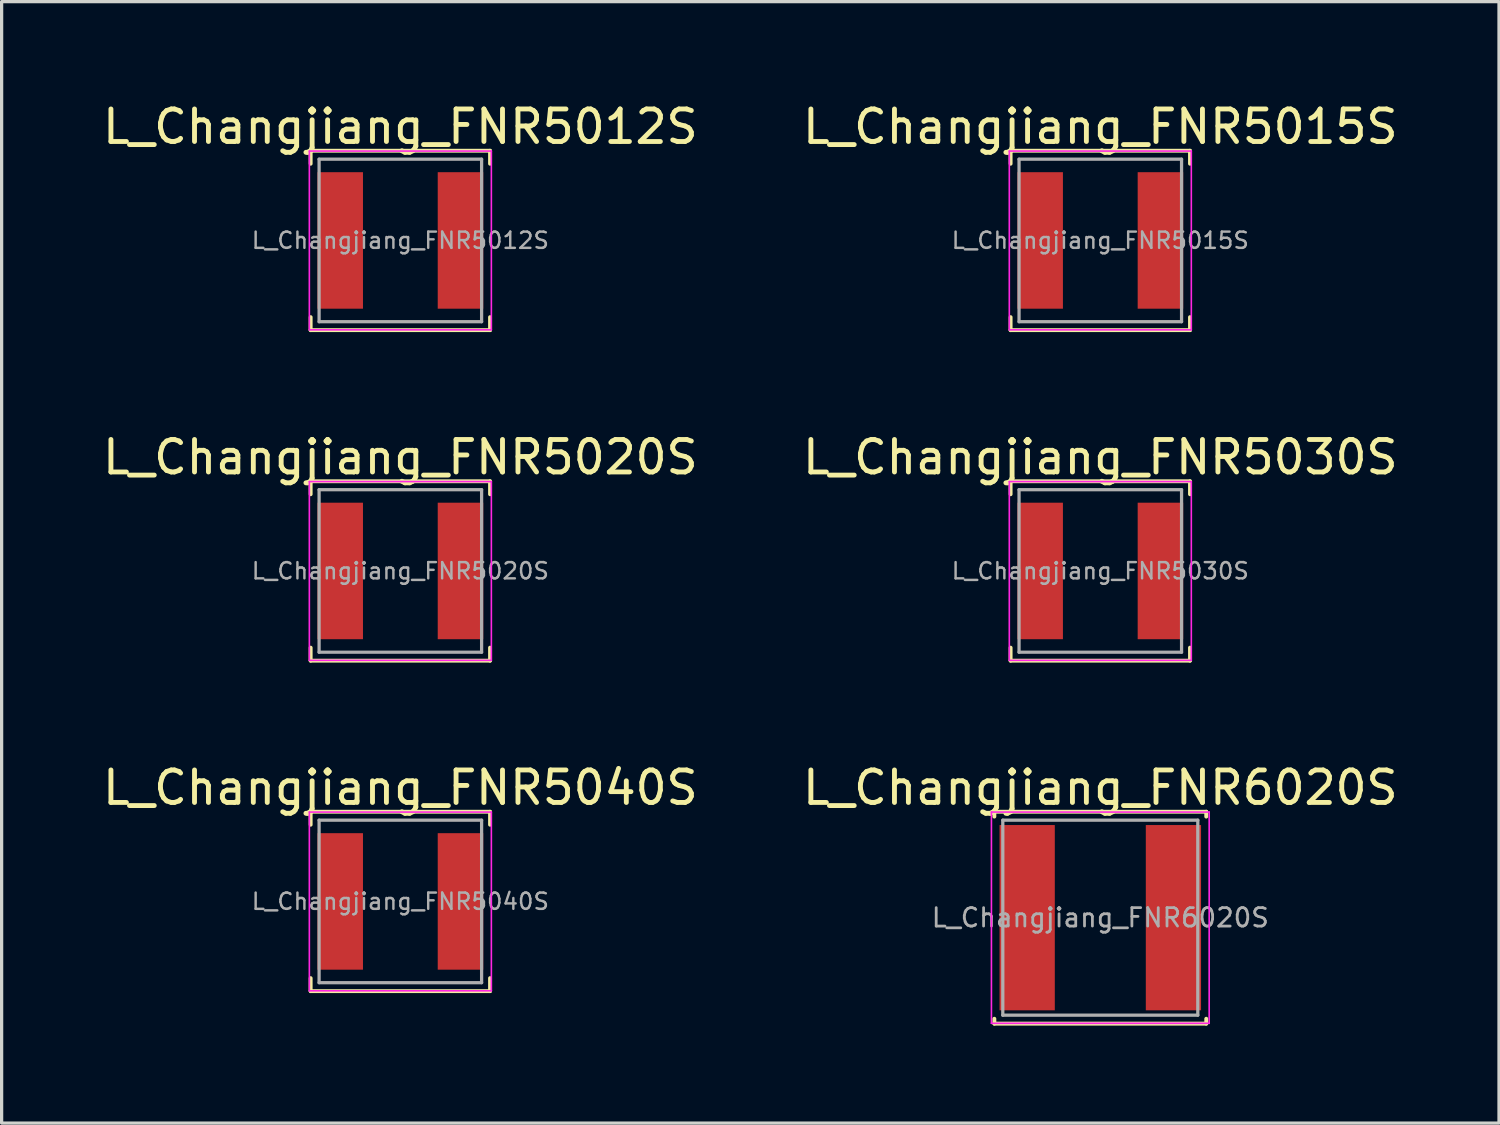
<source format=kicad_pcb>
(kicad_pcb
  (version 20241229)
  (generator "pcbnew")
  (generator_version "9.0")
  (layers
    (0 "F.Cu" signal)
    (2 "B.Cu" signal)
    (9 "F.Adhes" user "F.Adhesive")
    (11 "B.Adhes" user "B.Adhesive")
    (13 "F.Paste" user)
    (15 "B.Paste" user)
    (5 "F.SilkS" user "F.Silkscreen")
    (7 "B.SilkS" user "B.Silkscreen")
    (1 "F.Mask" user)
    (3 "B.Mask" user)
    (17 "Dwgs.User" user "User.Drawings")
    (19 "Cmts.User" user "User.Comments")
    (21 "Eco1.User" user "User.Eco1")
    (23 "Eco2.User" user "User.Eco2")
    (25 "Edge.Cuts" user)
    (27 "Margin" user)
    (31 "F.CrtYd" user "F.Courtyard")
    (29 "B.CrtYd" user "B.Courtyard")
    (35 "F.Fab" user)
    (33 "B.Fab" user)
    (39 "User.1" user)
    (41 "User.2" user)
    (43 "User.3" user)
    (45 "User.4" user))
  (footprint "L_Changjiang_FNR5020S"
    (layer "F.Cu")
    (at 9.268 14.517)
    (property "Reference" "L_Changjiang_FNR5020S" (at 0 -3.5 0) (layer "F.SilkS") (effects (font (size 1 1) (thickness 0.15))))
    (attr smd)
    (fp_line (start -2.76 -2.76) (end -2.76 -2.36) (stroke (width 0.12) (type solid)) (layer "F.SilkS"))
    (fp_line (start -2.76 -2.76) (end 2.76 -2.76) (stroke (width 0.12) (type solid)) (layer "F.SilkS"))
    (fp_line (start -2.76 2.76) (end -2.76 2.36) (stroke (width 0.12) (type solid)) (layer "F.SilkS"))
    (fp_line (start -2.76 2.76) (end 2.76 2.76) (stroke (width 0.12) (type solid)) (layer "F.SilkS"))
    (fp_line (start 2.76 -2.76) (end 2.76 -2.36) (stroke (width 0.12) (type solid)) (layer "F.SilkS"))
    (fp_line (start 2.76 2.76) (end 2.76 2.36) (stroke (width 0.12) (type solid)) (layer "F.SilkS"))
    (fp_line (start -2.8 -2.75) (end -2.8 2.75) (stroke (width 0.05) (type solid)) (layer "F.CrtYd"))
    (fp_line (start -2.8 2.75) (end 2.8 2.75) (stroke (width 0.05) (type solid)) (layer "F.CrtYd"))
    (fp_line (start 2.8 -2.75) (end -2.8 -2.75) (stroke (width 0.05) (type solid)) (layer "F.CrtYd"))
    (fp_line (start 2.8 2.75) (end 2.8 -2.75) (stroke (width 0.05) (type solid)) (layer "F.CrtYd"))
    (fp_line (start -2.5 -2.5) (end -2.5 2.5) (stroke (width 0.1) (type solid)) (layer "F.Fab"))
    (fp_line (start -2.5 2.5) (end 2.5 2.5) (stroke (width 0.1) (type solid)) (layer "F.Fab"))
    (fp_line (start 2.5 -2.5) (end -2.5 -2.5) (stroke (width 0.1) (type solid)) (layer "F.Fab"))
    (fp_line (start 2.5 2.5) (end 2.5 -2.5) (stroke (width 0.1) (type solid)) (layer "F.Fab"))
    (fp_text user "${REFERENCE}" (at 0 0 0) (layer "F.Fab") (effects (font (size 0.5 0.5) (thickness 0.075))))
    (pad "1" smd rect (at -1.85 0) (size 1.4 4.2) (layers "F.Cu" "F.Mask" "F.Paste"))
    (pad "2" smd rect (at 1.85 0) (size 1.4 4.2) (layers "F.Cu" "F.Mask" "F.Paste")))
  (footprint "L_Changjiang_FNR5015S"
    (layer "F.Cu")
    (at 30.804 4.348)
    (property "Reference" "L_Changjiang_FNR5015S" (at 0 -3.5 0) (layer "F.SilkS") (effects (font (size 1 1) (thickness 0.15))))
    (attr smd)
    (fp_line (start -2.76 -2.76) (end -2.76 -2.36) (stroke (width 0.12) (type solid)) (layer "F.SilkS"))
    (fp_line (start -2.76 -2.76) (end 2.76 -2.76) (stroke (width 0.12) (type solid)) (layer "F.SilkS"))
    (fp_line (start -2.76 2.76) (end -2.76 2.36) (stroke (width 0.12) (type solid)) (layer "F.SilkS"))
    (fp_line (start -2.76 2.76) (end 2.76 2.76) (stroke (width 0.12) (type solid)) (layer "F.SilkS"))
    (fp_line (start 2.76 -2.76) (end 2.76 -2.36) (stroke (width 0.12) (type solid)) (layer "F.SilkS"))
    (fp_line (start 2.76 2.76) (end 2.76 2.36) (stroke (width 0.12) (type solid)) (layer "F.SilkS"))
    (fp_line (start -2.8 -2.75) (end -2.8 2.75) (stroke (width 0.05) (type solid)) (layer "F.CrtYd"))
    (fp_line (start -2.8 2.75) (end 2.8 2.75) (stroke (width 0.05) (type solid)) (layer "F.CrtYd"))
    (fp_line (start 2.8 -2.75) (end -2.8 -2.75) (stroke (width 0.05) (type solid)) (layer "F.CrtYd"))
    (fp_line (start 2.8 2.75) (end 2.8 -2.75) (stroke (width 0.05) (type solid)) (layer "F.CrtYd"))
    (fp_line (start -2.5 -2.5) (end -2.5 2.5) (stroke (width 0.1) (type solid)) (layer "F.Fab"))
    (fp_line (start -2.5 2.5) (end 2.5 2.5) (stroke (width 0.1) (type solid)) (layer "F.Fab"))
    (fp_line (start 2.5 -2.5) (end -2.5 -2.5) (stroke (width 0.1) (type solid)) (layer "F.Fab"))
    (fp_line (start 2.5 2.5) (end 2.5 -2.5) (stroke (width 0.1) (type solid)) (layer "F.Fab"))
    (fp_text user "${REFERENCE}" (at 0 0 0) (layer "F.Fab") (effects (font (size 0.5 0.5) (thickness 0.075))))
    (pad "1" smd rect (at -1.85 0) (size 1.4 4.2) (layers "F.Cu" "F.Mask" "F.Paste"))
    (pad "2" smd rect (at 1.85 0) (size 1.4 4.2) (layers "F.Cu" "F.Mask" "F.Paste")))
  (footprint "L_Changjiang_FNR5040S"
    (layer "F.Cu")
    (at 9.268 24.685)
    (property "Reference" "L_Changjiang_FNR5040S" (at 0 -3.5 0) (layer "F.SilkS") (effects (font (size 1 1) (thickness 0.15))))
    (attr smd)
    (fp_line (start -2.76 -2.76) (end -2.76 -2.36) (stroke (width 0.12) (type solid)) (layer "F.SilkS"))
    (fp_line (start -2.76 -2.76) (end 2.76 -2.76) (stroke (width 0.12) (type solid)) (layer "F.SilkS"))
    (fp_line (start -2.76 2.76) (end -2.76 2.36) (stroke (width 0.12) (type solid)) (layer "F.SilkS"))
    (fp_line (start -2.76 2.76) (end 2.76 2.76) (stroke (width 0.12) (type solid)) (layer "F.SilkS"))
    (fp_line (start 2.76 -2.76) (end 2.76 -2.36) (stroke (width 0.12) (type solid)) (layer "F.SilkS"))
    (fp_line (start 2.76 2.76) (end 2.76 2.36) (stroke (width 0.12) (type solid)) (layer "F.SilkS"))
    (fp_line (start -2.8 -2.75) (end -2.8 2.75) (stroke (width 0.05) (type solid)) (layer "F.CrtYd"))
    (fp_line (start -2.8 2.75) (end 2.8 2.75) (stroke (width 0.05) (type solid)) (layer "F.CrtYd"))
    (fp_line (start 2.8 -2.75) (end -2.8 -2.75) (stroke (width 0.05) (type solid)) (layer "F.CrtYd"))
    (fp_line (start 2.8 2.75) (end 2.8 -2.75) (stroke (width 0.05) (type solid)) (layer "F.CrtYd"))
    (fp_line (start -2.5 -2.5) (end -2.5 2.5) (stroke (width 0.1) (type solid)) (layer "F.Fab"))
    (fp_line (start -2.5 2.5) (end 2.5 2.5) (stroke (width 0.1) (type solid)) (layer "F.Fab"))
    (fp_line (start 2.5 -2.5) (end -2.5 -2.5) (stroke (width 0.1) (type solid)) (layer "F.Fab"))
    (fp_line (start 2.5 2.5) (end 2.5 -2.5) (stroke (width 0.1) (type solid)) (layer "F.Fab"))
    (fp_text user "${REFERENCE}" (at 0 0 0) (layer "F.Fab") (effects (font (size 0.5 0.5) (thickness 0.075))))
    (pad "1" smd rect (at -1.85 0) (size 1.4 4.2) (layers "F.Cu" "F.Mask" "F.Paste"))
    (pad "2" smd rect (at 1.85 0) (size 1.4 4.2) (layers "F.Cu" "F.Mask" "F.Paste")))
  (footprint "L_Changjiang_FNR5012S"
    (layer "F.Cu")
    (at 9.268 4.348)
    (property "Reference" "L_Changjiang_FNR5012S" (at 0 -3.5 0) (layer "F.SilkS") (effects (font (size 1 1) (thickness 0.15))))
    (attr smd)
    (fp_line (start -2.76 -2.76) (end -2.76 -2.36) (stroke (width 0.12) (type solid)) (layer "F.SilkS"))
    (fp_line (start -2.76 -2.76) (end 2.76 -2.76) (stroke (width 0.12) (type solid)) (layer "F.SilkS"))
    (fp_line (start -2.76 2.76) (end -2.76 2.36) (stroke (width 0.12) (type solid)) (layer "F.SilkS"))
    (fp_line (start -2.76 2.76) (end 2.76 2.76) (stroke (width 0.12) (type solid)) (layer "F.SilkS"))
    (fp_line (start 2.76 -2.76) (end 2.76 -2.36) (stroke (width 0.12) (type solid)) (layer "F.SilkS"))
    (fp_line (start 2.76 2.76) (end 2.76 2.36) (stroke (width 0.12) (type solid)) (layer "F.SilkS"))
    (fp_line (start -2.8 -2.75) (end -2.8 2.75) (stroke (width 0.05) (type solid)) (layer "F.CrtYd"))
    (fp_line (start -2.8 2.75) (end 2.8 2.75) (stroke (width 0.05) (type solid)) (layer "F.CrtYd"))
    (fp_line (start 2.8 -2.75) (end -2.8 -2.75) (stroke (width 0.05) (type solid)) (layer "F.CrtYd"))
    (fp_line (start 2.8 2.75) (end 2.8 -2.75) (stroke (width 0.05) (type solid)) (layer "F.CrtYd"))
    (fp_line (start -2.5 -2.5) (end -2.5 2.5) (stroke (width 0.1) (type solid)) (layer "F.Fab"))
    (fp_line (start -2.5 2.5) (end 2.5 2.5) (stroke (width 0.1) (type solid)) (layer "F.Fab"))
    (fp_line (start 2.5 -2.5) (end -2.5 -2.5) (stroke (width 0.1) (type solid)) (layer "F.Fab"))
    (fp_line (start 2.5 2.5) (end 2.5 -2.5) (stroke (width 0.1) (type solid)) (layer "F.Fab"))
    (fp_text user "${REFERENCE}" (at 0 0 0) (layer "F.Fab") (effects (font (size 0.5 0.5) (thickness 0.075))))
    (pad "1" smd rect (at -1.85 0) (size 1.4 4.2) (layers "F.Cu" "F.Mask" "F.Paste"))
    (pad "2" smd rect (at 1.85 0) (size 1.4 4.2) (layers "F.Cu" "F.Mask" "F.Paste")))
  (footprint "L_Changjiang_FNR6020S"
    (layer "F.Cu")
    (at 30.804 25.185)
    (property "Reference" "L_Changjiang_FNR6020S" (at 0 -4 0) (layer "F.SilkS") (effects (font (size 1 1) (thickness 0.15))))
    (attr smd)
    (fp_line (start -3.26 -3.26) (end -3.26 -3.11) (stroke (width 0.12) (type solid)) (layer "F.SilkS"))
    (fp_line (start -3.26 -3.26) (end 3.26 -3.26) (stroke (width 0.12) (type solid)) (layer "F.SilkS"))
    (fp_line (start -3.26 3.26) (end -3.26 3.11) (stroke (width 0.12) (type solid)) (layer "F.SilkS"))
    (fp_line (start -3.26 3.26) (end 3.26 3.26) (stroke (width 0.12) (type solid)) (layer "F.SilkS"))
    (fp_line (start 3.26 -3.26) (end 3.26 -3.11) (stroke (width 0.12) (type solid)) (layer "F.SilkS"))
    (fp_line (start 3.26 3.26) (end 3.26 3.11) (stroke (width 0.12) (type solid)) (layer "F.SilkS"))
    (fp_line (start -3.35 -3.25) (end -3.35 3.25) (stroke (width 0.05) (type solid)) (layer "F.CrtYd"))
    (fp_line (start -3.35 3.25) (end 3.35 3.25) (stroke (width 0.05) (type solid)) (layer "F.CrtYd"))
    (fp_line (start 3.35 -3.25) (end -3.35 -3.25) (stroke (width 0.05) (type solid)) (layer "F.CrtYd"))
    (fp_line (start 3.35 3.25) (end 3.35 -3.25) (stroke (width 0.05) (type solid)) (layer "F.CrtYd"))
    (fp_line (start -3 -3) (end -3 3) (stroke (width 0.1) (type solid)) (layer "F.Fab"))
    (fp_line (start -3 3) (end 3 3) (stroke (width 0.1) (type solid)) (layer "F.Fab"))
    (fp_line (start 3 -3) (end -3 -3) (stroke (width 0.1) (type solid)) (layer "F.Fab"))
    (fp_line (start 3 3) (end 3 -3) (stroke (width 0.1) (type solid)) (layer "F.Fab"))
    (fp_text user "${REFERENCE}" (at 0 0 0) (layer "F.Fab") (effects (font (size 0.567 0.567) (thickness 0.085))))
    (pad "1" smd rect (at -2.25 0) (size 1.7 5.7) (layers "F.Cu" "F.Mask" "F.Paste"))
    (pad "2" smd rect (at 2.25 0) (size 1.7 5.7) (layers "F.Cu" "F.Mask" "F.Paste")))
  (footprint "L_Changjiang_FNR5030S"
    (layer "F.Cu")
    (at 30.804 14.517)
    (property "Reference" "L_Changjiang_FNR5030S" (at 0 -3.5 0) (layer "F.SilkS") (effects (font (size 1 1) (thickness 0.15))))
    (attr smd)
    (fp_line (start -2.76 -2.76) (end -2.76 -2.36) (stroke (width 0.12) (type solid)) (layer "F.SilkS"))
    (fp_line (start -2.76 -2.76) (end 2.76 -2.76) (stroke (width 0.12) (type solid)) (layer "F.SilkS"))
    (fp_line (start -2.76 2.76) (end -2.76 2.36) (stroke (width 0.12) (type solid)) (layer "F.SilkS"))
    (fp_line (start -2.76 2.76) (end 2.76 2.76) (stroke (width 0.12) (type solid)) (layer "F.SilkS"))
    (fp_line (start 2.76 -2.76) (end 2.76 -2.36) (stroke (width 0.12) (type solid)) (layer "F.SilkS"))
    (fp_line (start 2.76 2.76) (end 2.76 2.36) (stroke (width 0.12) (type solid)) (layer "F.SilkS"))
    (fp_line (start -2.8 -2.75) (end -2.8 2.75) (stroke (width 0.05) (type solid)) (layer "F.CrtYd"))
    (fp_line (start -2.8 2.75) (end 2.8 2.75) (stroke (width 0.05) (type solid)) (layer "F.CrtYd"))
    (fp_line (start 2.8 -2.75) (end -2.8 -2.75) (stroke (width 0.05) (type solid)) (layer "F.CrtYd"))
    (fp_line (start 2.8 2.75) (end 2.8 -2.75) (stroke (width 0.05) (type solid)) (layer "F.CrtYd"))
    (fp_line (start -2.5 -2.5) (end -2.5 2.5) (stroke (width 0.1) (type solid)) (layer "F.Fab"))
    (fp_line (start -2.5 2.5) (end 2.5 2.5) (stroke (width 0.1) (type solid)) (layer "F.Fab"))
    (fp_line (start 2.5 -2.5) (end -2.5 -2.5) (stroke (width 0.1) (type solid)) (layer "F.Fab"))
    (fp_line (start 2.5 2.5) (end 2.5 -2.5) (stroke (width 0.1) (type solid)) (layer "F.Fab"))
    (fp_text user "${REFERENCE}" (at 0 0 0) (layer "F.Fab") (effects (font (size 0.5 0.5) (thickness 0.075))))
    (pad "1" smd rect (at -1.85 0) (size 1.4 4.2) (layers "F.Cu" "F.Mask" "F.Paste"))
    (pad "2" smd rect (at 1.85 0) (size 1.4 4.2) (layers "F.Cu" "F.Mask" "F.Paste")))
  (gr_rect
    (start -3 -3)
    (end 43.071 31.505)
    (stroke (width 0.1) (type default))
    (fill no)
    (layer "Edge.Cuts")))
</source>
